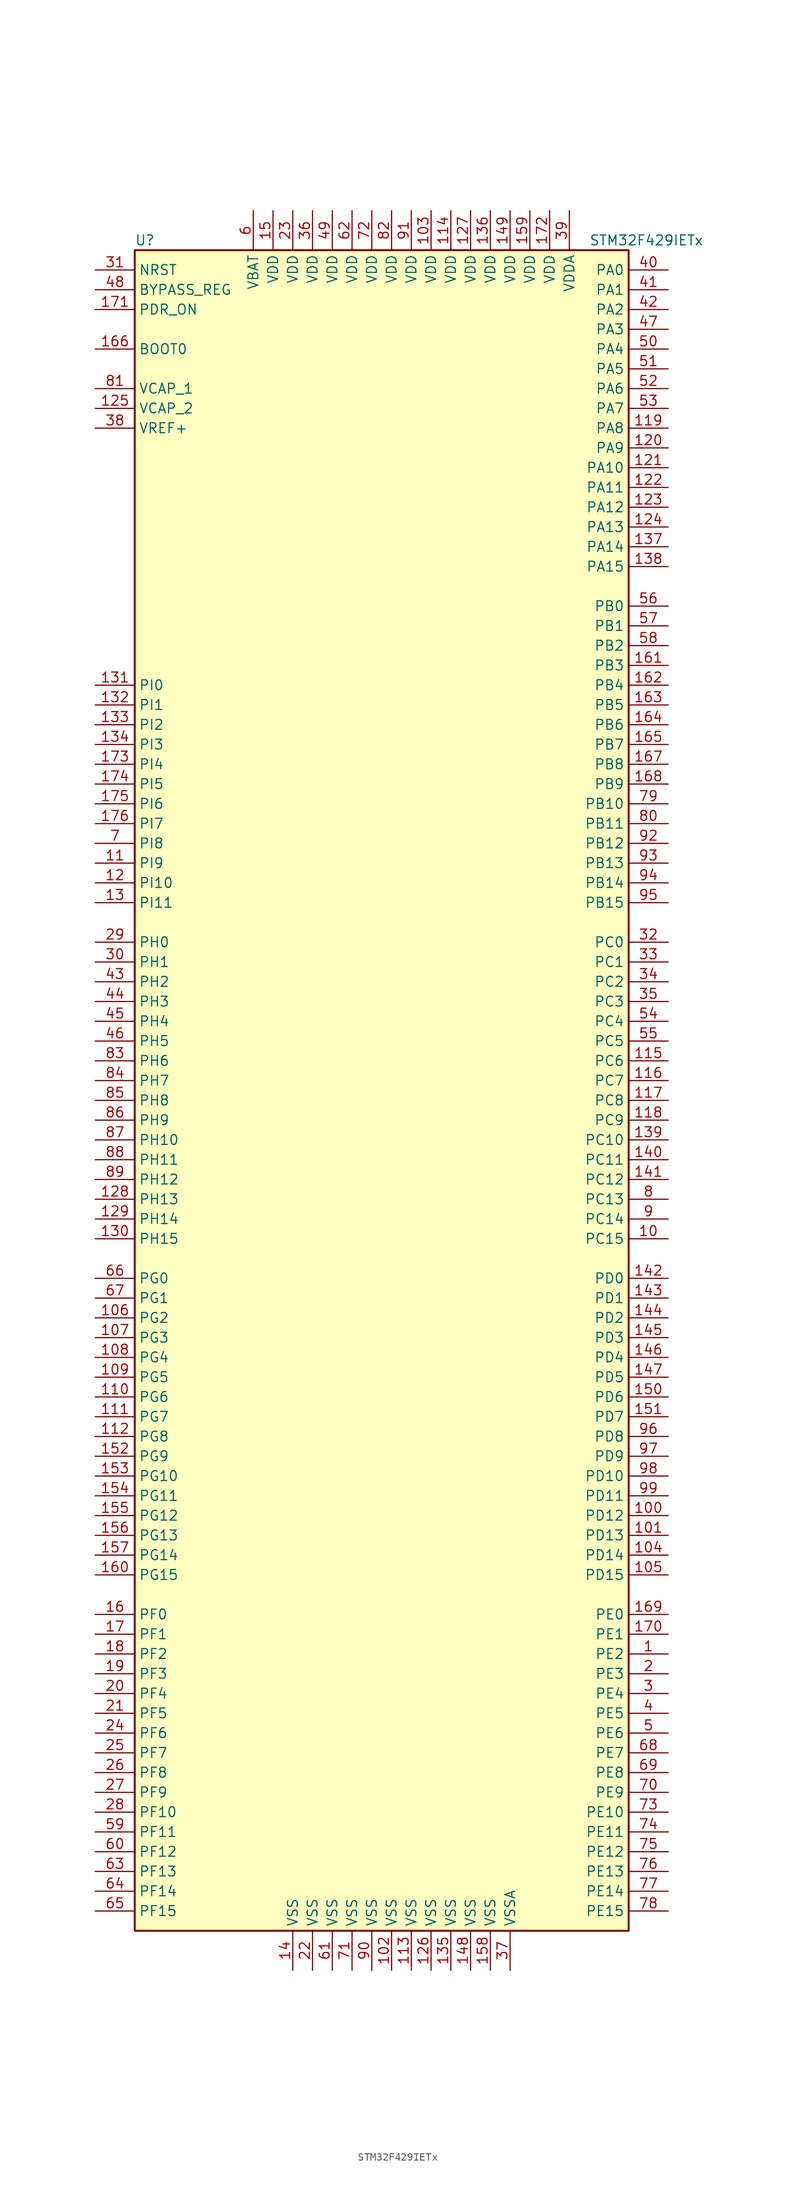
<source format=kicad_sym>
(kicad_symbol_lib
  (version 20201005)
  (generator kicad_symbol_editor)
  (symbol "MCU_ST_STM32F4:STM32F429IETx"
    (property "Reference" "U"
      (at -33.02 107.95 0)
      (effects (font (size 1.27 1.27)) (justify left)))
    (property "Value" "STM32F429IETx"
      (at 25.4 107.95 0)
      (effects (font (size 1.27 1.27)) (justify left)))
    (symbol "STM32F429IETx_0_1"
      (rectangle (start -33.02 -109.22) (end 30.48 106.68) (stroke (width 0.254)) (fill (type background))))
    (symbol "STM32F429IETx_1_1"
      (pin input line (at -38.1 93.98 0) (length 5.08) (name "BOOT0" (effects (font (size 1.27 1.27)))) (number "166" (effects (font (size 1.27 1.27)))))
      (pin input line (at -38.1 101.6 0) (length 5.08) (name "BYPASS_REG" (effects (font (size 1.27 1.27)))) (number "48" (effects (font (size 1.27 1.27)))))
      (pin input line (at -38.1 104.14 0) (length 5.08) (name "NRST" (effects (font (size 1.27 1.27)))) (number "31" (effects (font (size 1.27 1.27)))))
      (pin bidirectional line (at 35.56 104.14 180) (length 5.08) (name "PA0" (effects (font (size 1.27 1.27)))) (number "40" (effects (font (size 1.27 1.27)))))
      (pin bidirectional line (at 35.56 101.6 180) (length 5.08) (name "PA1" (effects (font (size 1.27 1.27)))) (number "41" (effects (font (size 1.27 1.27)))))
      (pin bidirectional line (at 35.56 78.74 180) (length 5.08) (name "PA10" (effects (font (size 1.27 1.27)))) (number "121" (effects (font (size 1.27 1.27)))))
      (pin bidirectional line (at 35.56 76.2 180) (length 5.08) (name "PA11" (effects (font (size 1.27 1.27)))) (number "122" (effects (font (size 1.27 1.27)))))
      (pin bidirectional line (at 35.56 73.66 180) (length 5.08) (name "PA12" (effects (font (size 1.27 1.27)))) (number "123" (effects (font (size 1.27 1.27)))))
      (pin bidirectional line (at 35.56 71.12 180) (length 5.08) (name "PA13" (effects (font (size 1.27 1.27)))) (number "124" (effects (font (size 1.27 1.27)))))
      (pin bidirectional line (at 35.56 68.58 180) (length 5.08) (name "PA14" (effects (font (size 1.27 1.27)))) (number "137" (effects (font (size 1.27 1.27)))))
      (pin bidirectional line (at 35.56 66.04 180) (length 5.08) (name "PA15" (effects (font (size 1.27 1.27)))) (number "138" (effects (font (size 1.27 1.27)))))
      (pin bidirectional line (at 35.56 99.06 180) (length 5.08) (name "PA2" (effects (font (size 1.27 1.27)))) (number "42" (effects (font (size 1.27 1.27)))))
      (pin bidirectional line (at 35.56 96.52 180) (length 5.08) (name "PA3" (effects (font (size 1.27 1.27)))) (number "47" (effects (font (size 1.27 1.27)))))
      (pin bidirectional line (at 35.56 93.98 180) (length 5.08) (name "PA4" (effects (font (size 1.27 1.27)))) (number "50" (effects (font (size 1.27 1.27)))))
      (pin bidirectional line (at 35.56 91.44 180) (length 5.08) (name "PA5" (effects (font (size 1.27 1.27)))) (number "51" (effects (font (size 1.27 1.27)))))
      (pin bidirectional line (at 35.56 88.9 180) (length 5.08) (name "PA6" (effects (font (size 1.27 1.27)))) (number "52" (effects (font (size 1.27 1.27)))))
      (pin bidirectional line (at 35.56 86.36 180) (length 5.08) (name "PA7" (effects (font (size 1.27 1.27)))) (number "53" (effects (font (size 1.27 1.27)))))
      (pin bidirectional line (at 35.56 83.82 180) (length 5.08) (name "PA8" (effects (font (size 1.27 1.27)))) (number "119" (effects (font (size 1.27 1.27)))))
      (pin bidirectional line (at 35.56 81.28 180) (length 5.08) (name "PA9" (effects (font (size 1.27 1.27)))) (number "120" (effects (font (size 1.27 1.27)))))
      (pin bidirectional line (at 35.56 60.96 180) (length 5.08) (name "PB0" (effects (font (size 1.27 1.27)))) (number "56" (effects (font (size 1.27 1.27)))))
      (pin bidirectional line (at 35.56 58.42 180) (length 5.08) (name "PB1" (effects (font (size 1.27 1.27)))) (number "57" (effects (font (size 1.27 1.27)))))
      (pin bidirectional line (at 35.56 35.56 180) (length 5.08) (name "PB10" (effects (font (size 1.27 1.27)))) (number "79" (effects (font (size 1.27 1.27)))))
      (pin bidirectional line (at 35.56 33.02 180) (length 5.08) (name "PB11" (effects (font (size 1.27 1.27)))) (number "80" (effects (font (size 1.27 1.27)))))
      (pin bidirectional line (at 35.56 30.48 180) (length 5.08) (name "PB12" (effects (font (size 1.27 1.27)))) (number "92" (effects (font (size 1.27 1.27)))))
      (pin bidirectional line (at 35.56 27.94 180) (length 5.08) (name "PB13" (effects (font (size 1.27 1.27)))) (number "93" (effects (font (size 1.27 1.27)))))
      (pin bidirectional line (at 35.56 25.4 180) (length 5.08) (name "PB14" (effects (font (size 1.27 1.27)))) (number "94" (effects (font (size 1.27 1.27)))))
      (pin bidirectional line (at 35.56 22.86 180) (length 5.08) (name "PB15" (effects (font (size 1.27 1.27)))) (number "95" (effects (font (size 1.27 1.27)))))
      (pin bidirectional line (at 35.56 55.88 180) (length 5.08) (name "PB2" (effects (font (size 1.27 1.27)))) (number "58" (effects (font (size 1.27 1.27)))))
      (pin bidirectional line (at 35.56 53.34 180) (length 5.08) (name "PB3" (effects (font (size 1.27 1.27)))) (number "161" (effects (font (size 1.27 1.27)))))
      (pin bidirectional line (at 35.56 50.8 180) (length 5.08) (name "PB4" (effects (font (size 1.27 1.27)))) (number "162" (effects (font (size 1.27 1.27)))))
      (pin bidirectional line (at 35.56 48.26 180) (length 5.08) (name "PB5" (effects (font (size 1.27 1.27)))) (number "163" (effects (font (size 1.27 1.27)))))
      (pin bidirectional line (at 35.56 45.72 180) (length 5.08) (name "PB6" (effects (font (size 1.27 1.27)))) (number "164" (effects (font (size 1.27 1.27)))))
      (pin bidirectional line (at 35.56 43.18 180) (length 5.08) (name "PB7" (effects (font (size 1.27 1.27)))) (number "165" (effects (font (size 1.27 1.27)))))
      (pin bidirectional line (at 35.56 40.64 180) (length 5.08) (name "PB8" (effects (font (size 1.27 1.27)))) (number "167" (effects (font (size 1.27 1.27)))))
      (pin bidirectional line (at 35.56 38.1 180) (length 5.08) (name "PB9" (effects (font (size 1.27 1.27)))) (number "168" (effects (font (size 1.27 1.27)))))
      (pin bidirectional line (at 35.56 17.78 180) (length 5.08) (name "PC0" (effects (font (size 1.27 1.27)))) (number "32" (effects (font (size 1.27 1.27)))))
      (pin bidirectional line (at 35.56 15.24 180) (length 5.08) (name "PC1" (effects (font (size 1.27 1.27)))) (number "33" (effects (font (size 1.27 1.27)))))
      (pin bidirectional line (at 35.56 -7.62 180) (length 5.08) (name "PC10" (effects (font (size 1.27 1.27)))) (number "139" (effects (font (size 1.27 1.27)))))
      (pin bidirectional line (at 35.56 -10.16 180) (length 5.08) (name "PC11" (effects (font (size 1.27 1.27)))) (number "140" (effects (font (size 1.27 1.27)))))
      (pin bidirectional line (at 35.56 -12.7 180) (length 5.08) (name "PC12" (effects (font (size 1.27 1.27)))) (number "141" (effects (font (size 1.27 1.27)))))
      (pin bidirectional line (at 35.56 -15.24 180) (length 5.08) (name "PC13" (effects (font (size 1.27 1.27)))) (number "8" (effects (font (size 1.27 1.27)))))
      (pin bidirectional line (at 35.56 -17.78 180) (length 5.08) (name "PC14" (effects (font (size 1.27 1.27)))) (number "9" (effects (font (size 1.27 1.27)))))
      (pin bidirectional line (at 35.56 -20.32 180) (length 5.08) (name "PC15" (effects (font (size 1.27 1.27)))) (number "10" (effects (font (size 1.27 1.27)))))
      (pin bidirectional line (at 35.56 12.7 180) (length 5.08) (name "PC2" (effects (font (size 1.27 1.27)))) (number "34" (effects (font (size 1.27 1.27)))))
      (pin bidirectional line (at 35.56 10.16 180) (length 5.08) (name "PC3" (effects (font (size 1.27 1.27)))) (number "35" (effects (font (size 1.27 1.27)))))
      (pin bidirectional line (at 35.56 7.62 180) (length 5.08) (name "PC4" (effects (font (size 1.27 1.27)))) (number "54" (effects (font (size 1.27 1.27)))))
      (pin bidirectional line (at 35.56 5.08 180) (length 5.08) (name "PC5" (effects (font (size 1.27 1.27)))) (number "55" (effects (font (size 1.27 1.27)))))
      (pin bidirectional line (at 35.56 2.54 180) (length 5.08) (name "PC6" (effects (font (size 1.27 1.27)))) (number "115" (effects (font (size 1.27 1.27)))))
      (pin bidirectional line (at 35.56 0 180) (length 5.08) (name "PC7" (effects (font (size 1.27 1.27)))) (number "116" (effects (font (size 1.27 1.27)))))
      (pin bidirectional line (at 35.56 -2.54 180) (length 5.08) (name "PC8" (effects (font (size 1.27 1.27)))) (number "117" (effects (font (size 1.27 1.27)))))
      (pin bidirectional line (at 35.56 -5.08 180) (length 5.08) (name "PC9" (effects (font (size 1.27 1.27)))) (number "118" (effects (font (size 1.27 1.27)))))
      (pin bidirectional line (at 35.56 -25.4 180) (length 5.08) (name "PD0" (effects (font (size 1.27 1.27)))) (number "142" (effects (font (size 1.27 1.27)))))
      (pin bidirectional line (at 35.56 -27.94 180) (length 5.08) (name "PD1" (effects (font (size 1.27 1.27)))) (number "143" (effects (font (size 1.27 1.27)))))
      (pin bidirectional line (at 35.56 -50.8 180) (length 5.08) (name "PD10" (effects (font (size 1.27 1.27)))) (number "98" (effects (font (size 1.27 1.27)))))
      (pin bidirectional line (at 35.56 -53.34 180) (length 5.08) (name "PD11" (effects (font (size 1.27 1.27)))) (number "99" (effects (font (size 1.27 1.27)))))
      (pin bidirectional line (at 35.56 -55.88 180) (length 5.08) (name "PD12" (effects (font (size 1.27 1.27)))) (number "100" (effects (font (size 1.27 1.27)))))
      (pin bidirectional line (at 35.56 -58.42 180) (length 5.08) (name "PD13" (effects (font (size 1.27 1.27)))) (number "101" (effects (font (size 1.27 1.27)))))
      (pin bidirectional line (at 35.56 -60.96 180) (length 5.08) (name "PD14" (effects (font (size 1.27 1.27)))) (number "104" (effects (font (size 1.27 1.27)))))
      (pin bidirectional line (at 35.56 -63.5 180) (length 5.08) (name "PD15" (effects (font (size 1.27 1.27)))) (number "105" (effects (font (size 1.27 1.27)))))
      (pin bidirectional line (at 35.56 -30.48 180) (length 5.08) (name "PD2" (effects (font (size 1.27 1.27)))) (number "144" (effects (font (size 1.27 1.27)))))
      (pin bidirectional line (at 35.56 -33.02 180) (length 5.08) (name "PD3" (effects (font (size 1.27 1.27)))) (number "145" (effects (font (size 1.27 1.27)))))
      (pin bidirectional line (at 35.56 -35.56 180) (length 5.08) (name "PD4" (effects (font (size 1.27 1.27)))) (number "146" (effects (font (size 1.27 1.27)))))
      (pin bidirectional line (at 35.56 -38.1 180) (length 5.08) (name "PD5" (effects (font (size 1.27 1.27)))) (number "147" (effects (font (size 1.27 1.27)))))
      (pin bidirectional line (at 35.56 -40.64 180) (length 5.08) (name "PD6" (effects (font (size 1.27 1.27)))) (number "150" (effects (font (size 1.27 1.27)))))
      (pin bidirectional line (at 35.56 -43.18 180) (length 5.08) (name "PD7" (effects (font (size 1.27 1.27)))) (number "151" (effects (font (size 1.27 1.27)))))
      (pin bidirectional line (at 35.56 -45.72 180) (length 5.08) (name "PD8" (effects (font (size 1.27 1.27)))) (number "96" (effects (font (size 1.27 1.27)))))
      (pin bidirectional line (at 35.56 -48.26 180) (length 5.08) (name "PD9" (effects (font (size 1.27 1.27)))) (number "97" (effects (font (size 1.27 1.27)))))
      (pin input line (at -38.1 99.06 0) (length 5.08) (name "PDR_ON" (effects (font (size 1.27 1.27)))) (number "171" (effects (font (size 1.27 1.27)))))
      (pin bidirectional line (at 35.56 -68.58 180) (length 5.08) (name "PE0" (effects (font (size 1.27 1.27)))) (number "169" (effects (font (size 1.27 1.27)))))
      (pin bidirectional line (at 35.56 -71.12 180) (length 5.08) (name "PE1" (effects (font (size 1.27 1.27)))) (number "170" (effects (font (size 1.27 1.27)))))
      (pin bidirectional line (at 35.56 -93.98 180) (length 5.08) (name "PE10" (effects (font (size 1.27 1.27)))) (number "73" (effects (font (size 1.27 1.27)))))
      (pin bidirectional line (at 35.56 -96.52 180) (length 5.08) (name "PE11" (effects (font (size 1.27 1.27)))) (number "74" (effects (font (size 1.27 1.27)))))
      (pin bidirectional line (at 35.56 -99.06 180) (length 5.08) (name "PE12" (effects (font (size 1.27 1.27)))) (number "75" (effects (font (size 1.27 1.27)))))
      (pin bidirectional line (at 35.56 -101.6 180) (length 5.08) (name "PE13" (effects (font (size 1.27 1.27)))) (number "76" (effects (font (size 1.27 1.27)))))
      (pin bidirectional line (at 35.56 -104.14 180) (length 5.08) (name "PE14" (effects (font (size 1.27 1.27)))) (number "77" (effects (font (size 1.27 1.27)))))
      (pin bidirectional line (at 35.56 -106.68 180) (length 5.08) (name "PE15" (effects (font (size 1.27 1.27)))) (number "78" (effects (font (size 1.27 1.27)))))
      (pin bidirectional line (at 35.56 -73.66 180) (length 5.08) (name "PE2" (effects (font (size 1.27 1.27)))) (number "1" (effects (font (size 1.27 1.27)))))
      (pin bidirectional line (at 35.56 -76.2 180) (length 5.08) (name "PE3" (effects (font (size 1.27 1.27)))) (number "2" (effects (font (size 1.27 1.27)))))
      (pin bidirectional line (at 35.56 -78.74 180) (length 5.08) (name "PE4" (effects (font (size 1.27 1.27)))) (number "3" (effects (font (size 1.27 1.27)))))
      (pin bidirectional line (at 35.56 -81.28 180) (length 5.08) (name "PE5" (effects (font (size 1.27 1.27)))) (number "4" (effects (font (size 1.27 1.27)))))
      (pin bidirectional line (at 35.56 -83.82 180) (length 5.08) (name "PE6" (effects (font (size 1.27 1.27)))) (number "5" (effects (font (size 1.27 1.27)))))
      (pin bidirectional line (at 35.56 -86.36 180) (length 5.08) (name "PE7" (effects (font (size 1.27 1.27)))) (number "68" (effects (font (size 1.27 1.27)))))
      (pin bidirectional line (at 35.56 -88.9 180) (length 5.08) (name "PE8" (effects (font (size 1.27 1.27)))) (number "69" (effects (font (size 1.27 1.27)))))
      (pin bidirectional line (at 35.56 -91.44 180) (length 5.08) (name "PE9" (effects (font (size 1.27 1.27)))) (number "70" (effects (font (size 1.27 1.27)))))
      (pin bidirectional line (at -38.1 -68.58 0) (length 5.08) (name "PF0" (effects (font (size 1.27 1.27)))) (number "16" (effects (font (size 1.27 1.27)))))
      (pin bidirectional line (at -38.1 -71.12 0) (length 5.08) (name "PF1" (effects (font (size 1.27 1.27)))) (number "17" (effects (font (size 1.27 1.27)))))
      (pin bidirectional line (at -38.1 -93.98 0) (length 5.08) (name "PF10" (effects (font (size 1.27 1.27)))) (number "28" (effects (font (size 1.27 1.27)))))
      (pin bidirectional line (at -38.1 -96.52 0) (length 5.08) (name "PF11" (effects (font (size 1.27 1.27)))) (number "59" (effects (font (size 1.27 1.27)))))
      (pin bidirectional line (at -38.1 -99.06 0) (length 5.08) (name "PF12" (effects (font (size 1.27 1.27)))) (number "60" (effects (font (size 1.27 1.27)))))
      (pin bidirectional line (at -38.1 -101.6 0) (length 5.08) (name "PF13" (effects (font (size 1.27 1.27)))) (number "63" (effects (font (size 1.27 1.27)))))
      (pin bidirectional line (at -38.1 -104.14 0) (length 5.08) (name "PF14" (effects (font (size 1.27 1.27)))) (number "64" (effects (font (size 1.27 1.27)))))
      (pin bidirectional line (at -38.1 -106.68 0) (length 5.08) (name "PF15" (effects (font (size 1.27 1.27)))) (number "65" (effects (font (size 1.27 1.27)))))
      (pin bidirectional line (at -38.1 -73.66 0) (length 5.08) (name "PF2" (effects (font (size 1.27 1.27)))) (number "18" (effects (font (size 1.27 1.27)))))
      (pin bidirectional line (at -38.1 -76.2 0) (length 5.08) (name "PF3" (effects (font (size 1.27 1.27)))) (number "19" (effects (font (size 1.27 1.27)))))
      (pin bidirectional line (at -38.1 -78.74 0) (length 5.08) (name "PF4" (effects (font (size 1.27 1.27)))) (number "20" (effects (font (size 1.27 1.27)))))
      (pin bidirectional line (at -38.1 -81.28 0) (length 5.08) (name "PF5" (effects (font (size 1.27 1.27)))) (number "21" (effects (font (size 1.27 1.27)))))
      (pin bidirectional line (at -38.1 -83.82 0) (length 5.08) (name "PF6" (effects (font (size 1.27 1.27)))) (number "24" (effects (font (size 1.27 1.27)))))
      (pin bidirectional line (at -38.1 -86.36 0) (length 5.08) (name "PF7" (effects (font (size 1.27 1.27)))) (number "25" (effects (font (size 1.27 1.27)))))
      (pin bidirectional line (at -38.1 -88.9 0) (length 5.08) (name "PF8" (effects (font (size 1.27 1.27)))) (number "26" (effects (font (size 1.27 1.27)))))
      (pin bidirectional line (at -38.1 -91.44 0) (length 5.08) (name "PF9" (effects (font (size 1.27 1.27)))) (number "27" (effects (font (size 1.27 1.27)))))
      (pin bidirectional line (at -38.1 -25.4 0) (length 5.08) (name "PG0" (effects (font (size 1.27 1.27)))) (number "66" (effects (font (size 1.27 1.27)))))
      (pin bidirectional line (at -38.1 -27.94 0) (length 5.08) (name "PG1" (effects (font (size 1.27 1.27)))) (number "67" (effects (font (size 1.27 1.27)))))
      (pin bidirectional line (at -38.1 -50.8 0) (length 5.08) (name "PG10" (effects (font (size 1.27 1.27)))) (number "153" (effects (font (size 1.27 1.27)))))
      (pin bidirectional line (at -38.1 -53.34 0) (length 5.08) (name "PG11" (effects (font (size 1.27 1.27)))) (number "154" (effects (font (size 1.27 1.27)))))
      (pin bidirectional line (at -38.1 -55.88 0) (length 5.08) (name "PG12" (effects (font (size 1.27 1.27)))) (number "155" (effects (font (size 1.27 1.27)))))
      (pin bidirectional line (at -38.1 -58.42 0) (length 5.08) (name "PG13" (effects (font (size 1.27 1.27)))) (number "156" (effects (font (size 1.27 1.27)))))
      (pin bidirectional line (at -38.1 -60.96 0) (length 5.08) (name "PG14" (effects (font (size 1.27 1.27)))) (number "157" (effects (font (size 1.27 1.27)))))
      (pin bidirectional line (at -38.1 -63.5 0) (length 5.08) (name "PG15" (effects (font (size 1.27 1.27)))) (number "160" (effects (font (size 1.27 1.27)))))
      (pin bidirectional line (at -38.1 -30.48 0) (length 5.08) (name "PG2" (effects (font (size 1.27 1.27)))) (number "106" (effects (font (size 1.27 1.27)))))
      (pin bidirectional line (at -38.1 -33.02 0) (length 5.08) (name "PG3" (effects (font (size 1.27 1.27)))) (number "107" (effects (font (size 1.27 1.27)))))
      (pin bidirectional line (at -38.1 -35.56 0) (length 5.08) (name "PG4" (effects (font (size 1.27 1.27)))) (number "108" (effects (font (size 1.27 1.27)))))
      (pin bidirectional line (at -38.1 -38.1 0) (length 5.08) (name "PG5" (effects (font (size 1.27 1.27)))) (number "109" (effects (font (size 1.27 1.27)))))
      (pin bidirectional line (at -38.1 -40.64 0) (length 5.08) (name "PG6" (effects (font (size 1.27 1.27)))) (number "110" (effects (font (size 1.27 1.27)))))
      (pin bidirectional line (at -38.1 -43.18 0) (length 5.08) (name "PG7" (effects (font (size 1.27 1.27)))) (number "111" (effects (font (size 1.27 1.27)))))
      (pin bidirectional line (at -38.1 -45.72 0) (length 5.08) (name "PG8" (effects (font (size 1.27 1.27)))) (number "112" (effects (font (size 1.27 1.27)))))
      (pin bidirectional line (at -38.1 -48.26 0) (length 5.08) (name "PG9" (effects (font (size 1.27 1.27)))) (number "152" (effects (font (size 1.27 1.27)))))
      (pin input line (at -38.1 17.78 0) (length 5.08) (name "PH0" (effects (font (size 1.27 1.27)))) (number "29" (effects (font (size 1.27 1.27)))))
      (pin input line (at -38.1 15.24 0) (length 5.08) (name "PH1" (effects (font (size 1.27 1.27)))) (number "30" (effects (font (size 1.27 1.27)))))
      (pin bidirectional line (at -38.1 -7.62 0) (length 5.08) (name "PH10" (effects (font (size 1.27 1.27)))) (number "87" (effects (font (size 1.27 1.27)))))
      (pin bidirectional line (at -38.1 -10.16 0) (length 5.08) (name "PH11" (effects (font (size 1.27 1.27)))) (number "88" (effects (font (size 1.27 1.27)))))
      (pin bidirectional line (at -38.1 -12.7 0) (length 5.08) (name "PH12" (effects (font (size 1.27 1.27)))) (number "89" (effects (font (size 1.27 1.27)))))
      (pin bidirectional line (at -38.1 -15.24 0) (length 5.08) (name "PH13" (effects (font (size 1.27 1.27)))) (number "128" (effects (font (size 1.27 1.27)))))
      (pin bidirectional line (at -38.1 -17.78 0) (length 5.08) (name "PH14" (effects (font (size 1.27 1.27)))) (number "129" (effects (font (size 1.27 1.27)))))
      (pin bidirectional line (at -38.1 -20.32 0) (length 5.08) (name "PH15" (effects (font (size 1.27 1.27)))) (number "130" (effects (font (size 1.27 1.27)))))
      (pin bidirectional line (at -38.1 12.7 0) (length 5.08) (name "PH2" (effects (font (size 1.27 1.27)))) (number "43" (effects (font (size 1.27 1.27)))))
      (pin bidirectional line (at -38.1 10.16 0) (length 5.08) (name "PH3" (effects (font (size 1.27 1.27)))) (number "44" (effects (font (size 1.27 1.27)))))
      (pin bidirectional line (at -38.1 7.62 0) (length 5.08) (name "PH4" (effects (font (size 1.27 1.27)))) (number "45" (effects (font (size 1.27 1.27)))))
      (pin bidirectional line (at -38.1 5.08 0) (length 5.08) (name "PH5" (effects (font (size 1.27 1.27)))) (number "46" (effects (font (size 1.27 1.27)))))
      (pin bidirectional line (at -38.1 2.54 0) (length 5.08) (name "PH6" (effects (font (size 1.27 1.27)))) (number "83" (effects (font (size 1.27 1.27)))))
      (pin bidirectional line (at -38.1 0 0) (length 5.08) (name "PH7" (effects (font (size 1.27 1.27)))) (number "84" (effects (font (size 1.27 1.27)))))
      (pin bidirectional line (at -38.1 -2.54 0) (length 5.08) (name "PH8" (effects (font (size 1.27 1.27)))) (number "85" (effects (font (size 1.27 1.27)))))
      (pin bidirectional line (at -38.1 -5.08 0) (length 5.08) (name "PH9" (effects (font (size 1.27 1.27)))) (number "86" (effects (font (size 1.27 1.27)))))
      (pin bidirectional line (at -38.1 50.8 0) (length 5.08) (name "PI0" (effects (font (size 1.27 1.27)))) (number "131" (effects (font (size 1.27 1.27)))))
      (pin bidirectional line (at -38.1 48.26 0) (length 5.08) (name "PI1" (effects (font (size 1.27 1.27)))) (number "132" (effects (font (size 1.27 1.27)))))
      (pin bidirectional line (at -38.1 25.4 0) (length 5.08) (name "PI10" (effects (font (size 1.27 1.27)))) (number "12" (effects (font (size 1.27 1.27)))))
      (pin bidirectional line (at -38.1 22.86 0) (length 5.08) (name "PI11" (effects (font (size 1.27 1.27)))) (number "13" (effects (font (size 1.27 1.27)))))
      (pin bidirectional line (at -38.1 45.72 0) (length 5.08) (name "PI2" (effects (font (size 1.27 1.27)))) (number "133" (effects (font (size 1.27 1.27)))))
      (pin bidirectional line (at -38.1 43.18 0) (length 5.08) (name "PI3" (effects (font (size 1.27 1.27)))) (number "134" (effects (font (size 1.27 1.27)))))
      (pin bidirectional line (at -38.1 40.64 0) (length 5.08) (name "PI4" (effects (font (size 1.27 1.27)))) (number "173" (effects (font (size 1.27 1.27)))))
      (pin bidirectional line (at -38.1 38.1 0) (length 5.08) (name "PI5" (effects (font (size 1.27 1.27)))) (number "174" (effects (font (size 1.27 1.27)))))
      (pin bidirectional line (at -38.1 35.56 0) (length 5.08) (name "PI6" (effects (font (size 1.27 1.27)))) (number "175" (effects (font (size 1.27 1.27)))))
      (pin bidirectional line (at -38.1 33.02 0) (length 5.08) (name "PI7" (effects (font (size 1.27 1.27)))) (number "176" (effects (font (size 1.27 1.27)))))
      (pin bidirectional line (at -38.1 30.48 0) (length 5.08) (name "PI8" (effects (font (size 1.27 1.27)))) (number "7" (effects (font (size 1.27 1.27)))))
      (pin bidirectional line (at -38.1 27.94 0) (length 5.08) (name "PI9" (effects (font (size 1.27 1.27)))) (number "11" (effects (font (size 1.27 1.27)))))
      (pin power_in line (at -17.78 111.76 270) (length 5.08) (name "VBAT" (effects (font (size 1.27 1.27)))) (number "6" (effects (font (size 1.27 1.27)))))
      (pin power_in line (at -38.1 88.9 0) (length 5.08) (name "VCAP_1" (effects (font (size 1.27 1.27)))) (number "81" (effects (font (size 1.27 1.27)))))
      (pin power_in line (at -38.1 86.36 0) (length 5.08) (name "VCAP_2" (effects (font (size 1.27 1.27)))) (number "125" (effects (font (size 1.27 1.27)))))
      (pin power_in line (at 5.08 111.76 270) (length 5.08) (name "VDD" (effects (font (size 1.27 1.27)))) (number "103" (effects (font (size 1.27 1.27)))))
      (pin power_in line (at 7.62 111.76 270) (length 5.08) (name "VDD" (effects (font (size 1.27 1.27)))) (number "114" (effects (font (size 1.27 1.27)))))
      (pin power_in line (at 10.16 111.76 270) (length 5.08) (name "VDD" (effects (font (size 1.27 1.27)))) (number "127" (effects (font (size 1.27 1.27)))))
      (pin power_in line (at 12.7 111.76 270) (length 5.08) (name "VDD" (effects (font (size 1.27 1.27)))) (number "136" (effects (font (size 1.27 1.27)))))
      (pin power_in line (at 15.24 111.76 270) (length 5.08) (name "VDD" (effects (font (size 1.27 1.27)))) (number "149" (effects (font (size 1.27 1.27)))))
      (pin power_in line (at -15.24 111.76 270) (length 5.08) (name "VDD" (effects (font (size 1.27 1.27)))) (number "15" (effects (font (size 1.27 1.27)))))
      (pin power_in line (at 17.78 111.76 270) (length 5.08) (name "VDD" (effects (font (size 1.27 1.27)))) (number "159" (effects (font (size 1.27 1.27)))))
      (pin power_in line (at 20.32 111.76 270) (length 5.08) (name "VDD" (effects (font (size 1.27 1.27)))) (number "172" (effects (font (size 1.27 1.27)))))
      (pin power_in line (at -12.7 111.76 270) (length 5.08) (name "VDD" (effects (font (size 1.27 1.27)))) (number "23" (effects (font (size 1.27 1.27)))))
      (pin power_in line (at -10.16 111.76 270) (length 5.08) (name "VDD" (effects (font (size 1.27 1.27)))) (number "36" (effects (font (size 1.27 1.27)))))
      (pin power_in line (at -7.62 111.76 270) (length 5.08) (name "VDD" (effects (font (size 1.27 1.27)))) (number "49" (effects (font (size 1.27 1.27)))))
      (pin power_in line (at -5.08 111.76 270) (length 5.08) (name "VDD" (effects (font (size 1.27 1.27)))) (number "62" (effects (font (size 1.27 1.27)))))
      (pin power_in line (at -2.54 111.76 270) (length 5.08) (name "VDD" (effects (font (size 1.27 1.27)))) (number "72" (effects (font (size 1.27 1.27)))))
      (pin power_in line (at 0 111.76 270) (length 5.08) (name "VDD" (effects (font (size 1.27 1.27)))) (number "82" (effects (font (size 1.27 1.27)))))
      (pin power_in line (at 2.54 111.76 270) (length 5.08) (name "VDD" (effects (font (size 1.27 1.27)))) (number "91" (effects (font (size 1.27 1.27)))))
      (pin power_in line (at 22.86 111.76 270) (length 5.08) (name "VDDA" (effects (font (size 1.27 1.27)))) (number "39" (effects (font (size 1.27 1.27)))))
      (pin power_in line (at -38.1 83.82 0) (length 5.08) (name "VREF+" (effects (font (size 1.27 1.27)))) (number "38" (effects (font (size 1.27 1.27)))))
      (pin power_in line (at 0 -114.3 90) (length 5.08) (name "VSS" (effects (font (size 1.27 1.27)))) (number "102" (effects (font (size 1.27 1.27)))))
      (pin power_in line (at 2.54 -114.3 90) (length 5.08) (name "VSS" (effects (font (size 1.27 1.27)))) (number "113" (effects (font (size 1.27 1.27)))))
      (pin power_in line (at 5.08 -114.3 90) (length 5.08) (name "VSS" (effects (font (size 1.27 1.27)))) (number "126" (effects (font (size 1.27 1.27)))))
      (pin power_in line (at 7.62 -114.3 90) (length 5.08) (name "VSS" (effects (font (size 1.27 1.27)))) (number "135" (effects (font (size 1.27 1.27)))))
      (pin power_in line (at -12.7 -114.3 90) (length 5.08) (name "VSS" (effects (font (size 1.27 1.27)))) (number "14" (effects (font (size 1.27 1.27)))))
      (pin power_in line (at 10.16 -114.3 90) (length 5.08) (name "VSS" (effects (font (size 1.27 1.27)))) (number "148" (effects (font (size 1.27 1.27)))))
      (pin power_in line (at 12.7 -114.3 90) (length 5.08) (name "VSS" (effects (font (size 1.27 1.27)))) (number "158" (effects (font (size 1.27 1.27)))))
      (pin power_in line (at -10.16 -114.3 90) (length 5.08) (name "VSS" (effects (font (size 1.27 1.27)))) (number "22" (effects (font (size 1.27 1.27)))))
      (pin power_in line (at -7.62 -114.3 90) (length 5.08) (name "VSS" (effects (font (size 1.27 1.27)))) (number "61" (effects (font (size 1.27 1.27)))))
      (pin power_in line (at -5.08 -114.3 90) (length 5.08) (name "VSS" (effects (font (size 1.27 1.27)))) (number "71" (effects (font (size 1.27 1.27)))))
      (pin power_in line (at -2.54 -114.3 90) (length 5.08) (name "VSS" (effects (font (size 1.27 1.27)))) (number "90" (effects (font (size 1.27 1.27)))))
      (pin power_in line (at 15.24 -114.3 90) (length 5.08) (name "VSSA" (effects (font (size 1.27 1.27)))) (number "37" (effects (font (size 1.27 1.27))))))))
</source>
